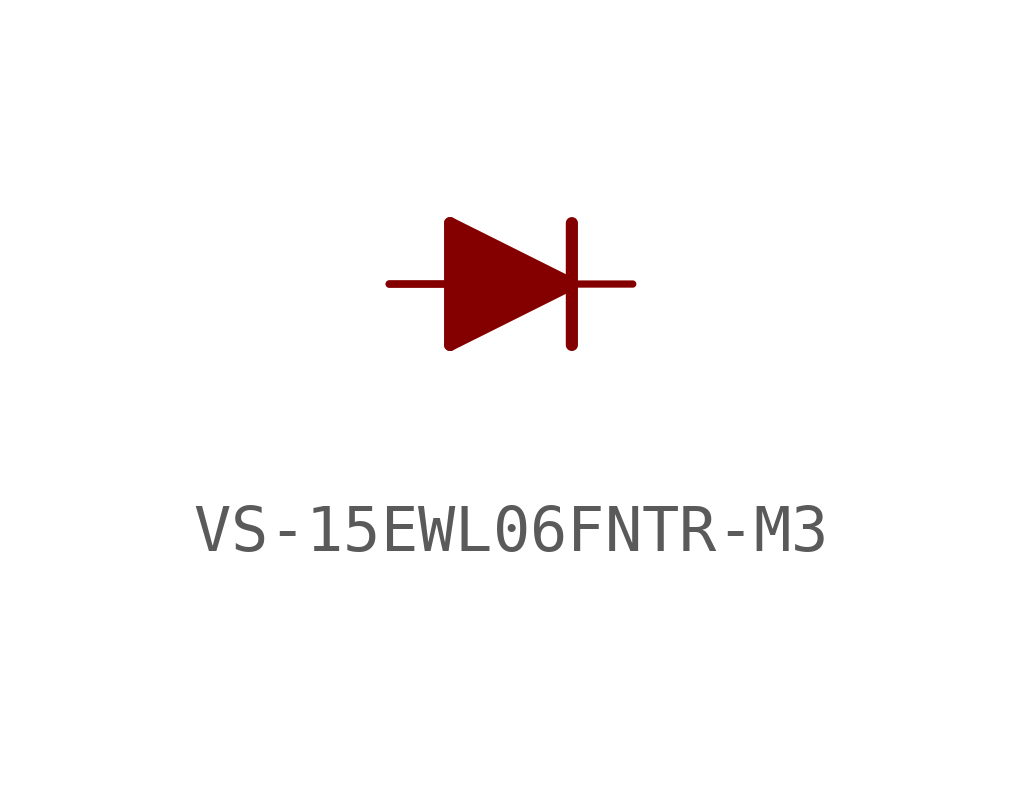
<source format=kicad_sym>
(kicad_symbol_lib
  (version 20220914)
  (generator kicad_symbol_editor)
  (symbol "VS-15EWL06FNTR-M3"
    (property "Reference" ""
      (at -2.54 1.778 0)
      (effects (font (size 1.778 1.511)) (justify left bottom) hide))
    (property "Value" ""
      (at -2.54 -3.683 0)
      (effects (font (size 1.778 1.511)) (justify left bottom)))
    (property "ki_locked" ""
      (at 0 0 0)
      (effects (font (size 1.27 1.27))))
    (symbol "VS-15EWL06FNTR-M3_1_0"
      (polyline (pts (xy -1.27 -1.27) (xy 1.27 0)) (stroke (width 0.254) (type solid)) (fill (type none)))
      (polyline (pts (xy -1.27 1.27) (xy -1.27 -1.27)) (stroke (width 0.254) (type solid)) (fill (type none)))
      (polyline (pts (xy -1.016 -0.889) (xy 0.254 -0.127)) (stroke (width 0.61) (type solid)) (fill (type none)))
      (polyline (pts (xy -1.016 0.889) (xy -1.016 -0.889)) (stroke (width 0.61) (type solid)) (fill (type none)))
      (polyline (pts (xy -0.635 0.254) (xy -0.635 -0.254)) (stroke (width 0.61) (type solid)) (fill (type none)))
      (polyline (pts (xy 0.254 -0.127) (xy -0.635 0.254)) (stroke (width 0.61) (type solid)) (fill (type none)))
      (polyline (pts (xy 0.635 0) (xy -1.016 0.889)) (stroke (width 0.61) (type solid)) (fill (type none)))
      (polyline (pts (xy 1.27 0) (xy -1.27 1.27)) (stroke (width 0.254) (type solid)) (fill (type none)))
      (polyline (pts (xy 1.27 0) (xy 1.27 -1.27)) (stroke (width 0.254) (type solid)) (fill (type none)))
      (polyline (pts (xy 1.27 1.27) (xy 1.27 0)) (stroke (width 0.254) (type solid)) (fill (type none)))
      (pin passive line (at -2.54 0 0) (length 2.54) (name "A" (effects (font (size 0 0)))) (number "1" (effects (font (size 0 0)))))
      (pin passive line (at -2.54 0 0) (length 2.54) (name "A" (effects (font (size 0 0)))) (number "2" (effects (font (size 0 0)))))
      (pin passive line (at 2.54 0 180) (length 2.54) (name "C" (effects (font (size 0 0)))) (number "3" (effects (font (size 0 0))))))))
</source>
